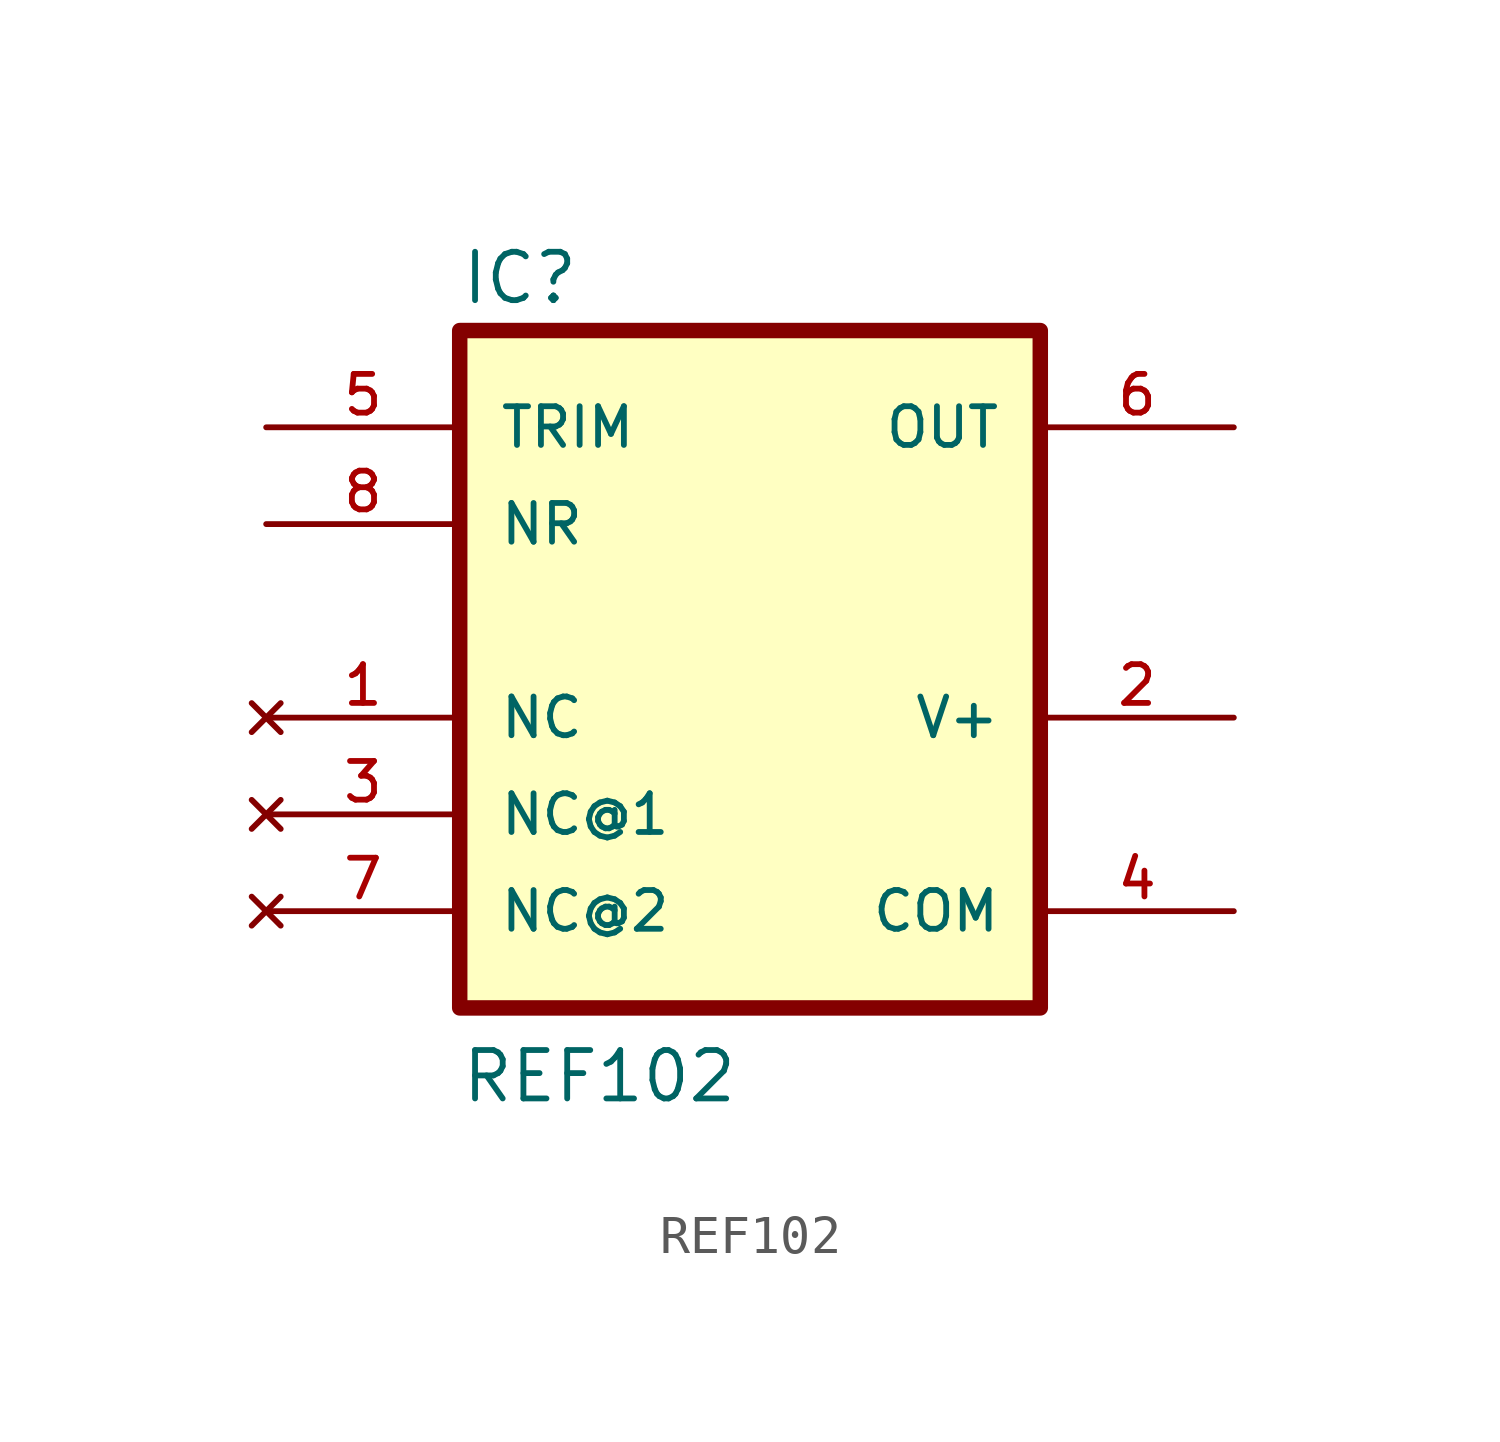
<source format=kicad_sym>
(kicad_symbol_lib
  (version 20211014)
  (generator kicad_symbol_editor)
  (symbol "REF102"
    (pin_names
      (offset 1.016))
    (property "Reference" "IC"
      (at -7.62 10.795 0)
      (effects (font (size 1.27 1.27)) (justify left bottom)))
    (property "Value" "REF102"
      (at -7.62 -10.16 0)
      (effects (font (size 1.27 1.27)) (justify left bottom)))
    (property "ki_locked" ""
      (at 0 0 0)
      (effects (font (size 1.27 1.27))))
    (symbol "REF102_0_0"
      (rectangle (start -7.62 -7.62) (end 7.62 10.16) (stroke (width 0.406) (type default) (color 0 0 0 0)) (fill (type background)))
      (pin no_connect line (at -12.7 0 0) (length 5.08) (name "NC" (effects (font (size 1.016 1.016)))) (number "1" (effects (font (size 1.016 1.016)))))
      (pin power_in line (at 12.7 0 180) (length 5.08) (name "V+" (effects (font (size 1.016 1.016)))) (number "2" (effects (font (size 1.016 1.016)))))
      (pin no_connect line (at -12.7 -2.54 0) (length 5.08) (name "NC@1" (effects (font (size 1.016 1.016)))) (number "3" (effects (font (size 1.016 1.016)))))
      (pin power_in line (at 12.7 -5.08 180) (length 5.08) (name "COM" (effects (font (size 1.016 1.016)))) (number "4" (effects (font (size 1.016 1.016)))))
      (pin passive line (at -12.7 7.62 0) (length 5.08) (name "TRIM" (effects (font (size 1.016 1.016)))) (number "5" (effects (font (size 1.016 1.016)))))
      (pin input line (at 12.7 7.62 180) (length 5.08) (name "OUT" (effects (font (size 1.016 1.016)))) (number "6" (effects (font (size 1.016 1.016)))))
      (pin no_connect line (at -12.7 -5.08 0) (length 5.08) (name "NC@2" (effects (font (size 1.016 1.016)))) (number "7" (effects (font (size 1.016 1.016)))))
      (pin passive line (at -12.7 5.08 0) (length 5.08) (name "NR" (effects (font (size 1.016 1.016)))) (number "8" (effects (font (size 1.016 1.016))))))))
</source>
